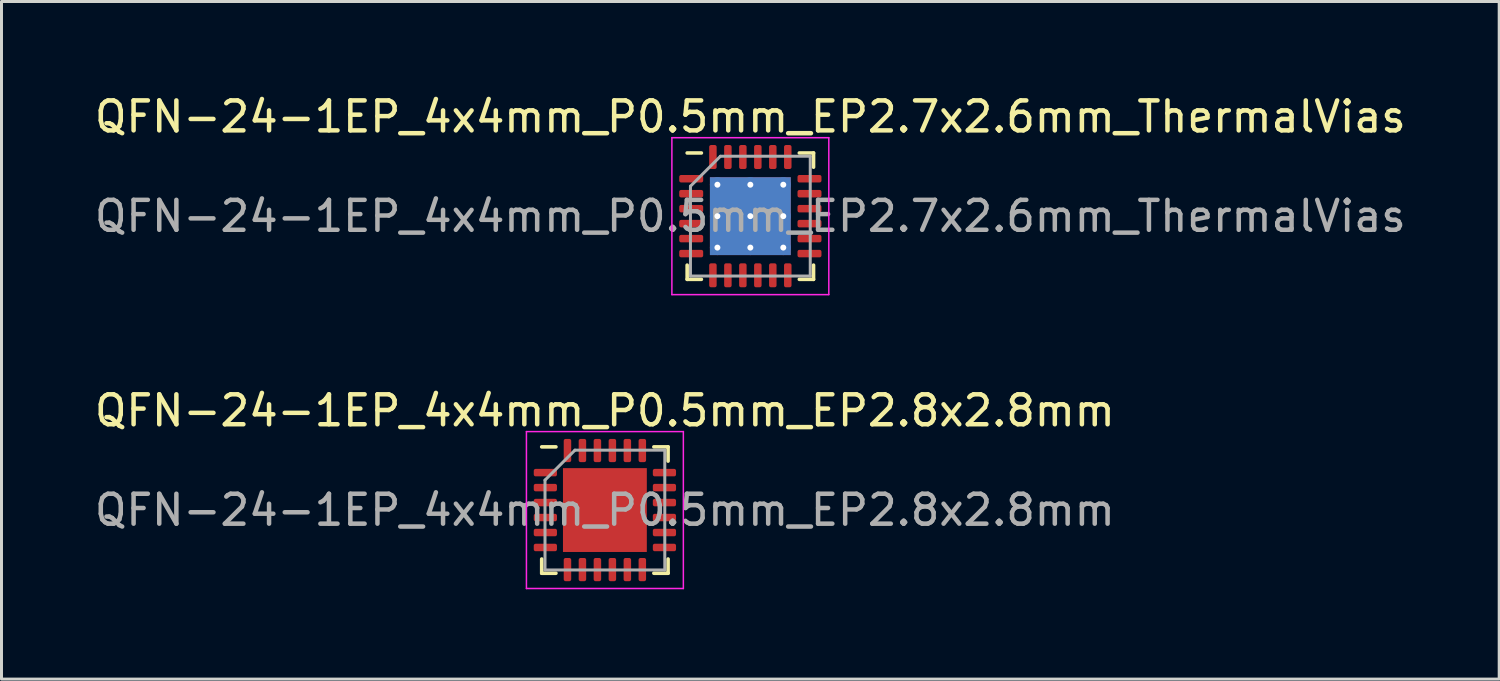
<source format=kicad_pcb>
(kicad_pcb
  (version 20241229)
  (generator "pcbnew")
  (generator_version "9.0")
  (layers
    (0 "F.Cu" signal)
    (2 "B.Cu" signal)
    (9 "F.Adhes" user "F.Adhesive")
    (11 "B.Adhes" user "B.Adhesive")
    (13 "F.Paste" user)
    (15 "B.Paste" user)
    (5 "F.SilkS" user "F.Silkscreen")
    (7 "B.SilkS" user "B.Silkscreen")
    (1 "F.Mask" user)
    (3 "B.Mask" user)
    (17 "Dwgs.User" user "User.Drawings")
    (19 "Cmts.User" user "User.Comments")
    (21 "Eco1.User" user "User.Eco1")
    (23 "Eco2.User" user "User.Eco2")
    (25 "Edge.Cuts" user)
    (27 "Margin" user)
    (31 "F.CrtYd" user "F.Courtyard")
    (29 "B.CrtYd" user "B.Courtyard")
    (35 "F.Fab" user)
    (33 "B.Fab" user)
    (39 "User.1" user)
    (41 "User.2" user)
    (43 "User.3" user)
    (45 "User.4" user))
  (footprint "QFN-24-1EP_4x4mm_P0.5mm_EP2.7x2.6mm_ThermalVias"
    (layer "F.Cu")
    (at 22.006 4.168)
    (property "Reference" "QFN-24-1EP_4x4mm_P0.5mm_EP2.7x2.6mm_ThermalVias" (at 0 -3.32 0) (layer "F.SilkS") (effects (font (size 1 1) (thickness 0.15))))
    (attr smd)
    (fp_line (start -2.11 2.11) (end -2.11 1.635) (stroke (width 0.12) (type solid)) (layer "F.SilkS"))
    (fp_line (start -1.635 -2.11) (end -2.11 -2.11) (stroke (width 0.12) (type solid)) (layer "F.SilkS"))
    (fp_line (start -1.635 2.11) (end -2.11 2.11) (stroke (width 0.12) (type solid)) (layer "F.SilkS"))
    (fp_line (start 1.635 -2.11) (end 2.11 -2.11) (stroke (width 0.12) (type solid)) (layer "F.SilkS"))
    (fp_line (start 1.635 2.11) (end 2.11 2.11) (stroke (width 0.12) (type solid)) (layer "F.SilkS"))
    (fp_line (start 2.11 -2.11) (end 2.11 -1.635) (stroke (width 0.12) (type solid)) (layer "F.SilkS"))
    (fp_line (start 2.11 2.11) (end 2.11 1.635) (stroke (width 0.12) (type solid)) (layer "F.SilkS"))
    (fp_line (start -2.62 -2.62) (end -2.62 2.62) (stroke (width 0.05) (type solid)) (layer "F.CrtYd"))
    (fp_line (start -2.62 2.62) (end 2.62 2.62) (stroke (width 0.05) (type solid)) (layer "F.CrtYd"))
    (fp_line (start 2.62 -2.62) (end -2.62 -2.62) (stroke (width 0.05) (type solid)) (layer "F.CrtYd"))
    (fp_line (start 2.62 2.62) (end 2.62 -2.62) (stroke (width 0.05) (type solid)) (layer "F.CrtYd"))
    (fp_line (start -2 -1) (end -1 -2) (stroke (width 0.1) (type solid)) (layer "F.Fab"))
    (fp_line (start -2 2) (end -2 -1) (stroke (width 0.1) (type solid)) (layer "F.Fab"))
    (fp_line (start -1 -2) (end 2 -2) (stroke (width 0.1) (type solid)) (layer "F.Fab"))
    (fp_line (start 2 -2) (end 2 2) (stroke (width 0.1) (type solid)) (layer "F.Fab"))
    (fp_line (start 2 2) (end -2 2) (stroke (width 0.1) (type solid)) (layer "F.Fab"))
    (fp_text user "${REFERENCE}" (at 0 0 0) (layer "F.Fab") (effects (font (size 1 1) (thickness 0.15))))
    (pad "" smd roundrect (at -0.675 -0.65) (size 1.17 1.13) (layers "F.Paste") (roundrect_rratio 0.221))
    (pad "" smd roundrect (at -0.675 0.65) (size 1.17 1.13) (layers "F.Paste") (roundrect_rratio 0.221))
    (pad "" smd roundrect (at 0.675 -0.65) (size 1.17 1.13) (layers "F.Paste") (roundrect_rratio 0.221))
    (pad "" smd roundrect (at 0.675 0.65) (size 1.17 1.13) (layers "F.Paste") (roundrect_rratio 0.221))
    (pad "1" smd roundrect (at -1.975 -1.25) (size 0.8 0.25) (layers "F.Cu" "F.Mask" "F.Paste") (roundrect_rratio 0.25))
    (pad "2" smd roundrect (at -1.975 -0.75) (size 0.8 0.25) (layers "F.Cu" "F.Mask" "F.Paste") (roundrect_rratio 0.25))
    (pad "3" smd roundrect (at -1.975 -0.25) (size 0.8 0.25) (layers "F.Cu" "F.Mask" "F.Paste") (roundrect_rratio 0.25))
    (pad "4" smd roundrect (at -1.975 0.25) (size 0.8 0.25) (layers "F.Cu" "F.Mask" "F.Paste") (roundrect_rratio 0.25))
    (pad "5" smd roundrect (at -1.975 0.75) (size 0.8 0.25) (layers "F.Cu" "F.Mask" "F.Paste") (roundrect_rratio 0.25))
    (pad "6" smd roundrect (at -1.975 1.25) (size 0.8 0.25) (layers "F.Cu" "F.Mask" "F.Paste") (roundrect_rratio 0.25))
    (pad "7" smd roundrect (at -1.25 1.975) (size 0.25 0.8) (layers "F.Cu" "F.Mask" "F.Paste") (roundrect_rratio 0.25))
    (pad "8" smd roundrect (at -0.75 1.975) (size 0.25 0.8) (layers "F.Cu" "F.Mask" "F.Paste") (roundrect_rratio 0.25))
    (pad "9" smd roundrect (at -0.25 1.975) (size 0.25 0.8) (layers "F.Cu" "F.Mask" "F.Paste") (roundrect_rratio 0.25))
    (pad "10" smd roundrect (at 0.25 1.975) (size 0.25 0.8) (layers "F.Cu" "F.Mask" "F.Paste") (roundrect_rratio 0.25))
    (pad "11" smd roundrect (at 0.75 1.975) (size 0.25 0.8) (layers "F.Cu" "F.Mask" "F.Paste") (roundrect_rratio 0.25))
    (pad "12" smd roundrect (at 1.25 1.975) (size 0.25 0.8) (layers "F.Cu" "F.Mask" "F.Paste") (roundrect_rratio 0.25))
    (pad "13" smd roundrect (at 1.975 1.25) (size 0.8 0.25) (layers "F.Cu" "F.Mask" "F.Paste") (roundrect_rratio 0.25))
    (pad "14" smd roundrect (at 1.975 0.75) (size 0.8 0.25) (layers "F.Cu" "F.Mask" "F.Paste") (roundrect_rratio 0.25))
    (pad "15" smd roundrect (at 1.975 0.25) (size 0.8 0.25) (layers "F.Cu" "F.Mask" "F.Paste") (roundrect_rratio 0.25))
    (pad "16" smd roundrect (at 1.975 -0.25) (size 0.8 0.25) (layers "F.Cu" "F.Mask" "F.Paste") (roundrect_rratio 0.25))
    (pad "17" smd roundrect (at 1.975 -0.75) (size 0.8 0.25) (layers "F.Cu" "F.Mask" "F.Paste") (roundrect_rratio 0.25))
    (pad "18" smd roundrect (at 1.975 -1.25) (size 0.8 0.25) (layers "F.Cu" "F.Mask" "F.Paste") (roundrect_rratio 0.25))
    (pad "19" smd roundrect (at 1.25 -1.975) (size 0.25 0.8) (layers "F.Cu" "F.Mask" "F.Paste") (roundrect_rratio 0.25))
    (pad "20" smd roundrect (at 0.75 -1.975) (size 0.25 0.8) (layers "F.Cu" "F.Mask" "F.Paste") (roundrect_rratio 0.25))
    (pad "21" smd roundrect (at 0.25 -1.975) (size 0.25 0.8) (layers "F.Cu" "F.Mask" "F.Paste") (roundrect_rratio 0.25))
    (pad "22" smd roundrect (at -0.25 -1.975) (size 0.25 0.8) (layers "F.Cu" "F.Mask" "F.Paste") (roundrect_rratio 0.25))
    (pad "23" smd roundrect (at -0.75 -1.975) (size 0.25 0.8) (layers "F.Cu" "F.Mask" "F.Paste") (roundrect_rratio 0.25))
    (pad "24" smd roundrect (at -1.25 -1.975) (size 0.25 0.8) (layers "F.Cu" "F.Mask" "F.Paste") (roundrect_rratio 0.25))
    (pad "25" thru_hole circle (at -1.1 -1.05) (size 0.5 0.5) (drill 0.2) (layers "*.Cu"))
    (pad "25" thru_hole circle (at -1.1 0) (size 0.5 0.5) (drill 0.2) (layers "*.Cu"))
    (pad "25" thru_hole circle (at -1.1 1.05) (size 0.5 0.5) (drill 0.2) (layers "*.Cu"))
    (pad "25" thru_hole circle (at 0 -1.05) (size 0.5 0.5) (drill 0.2) (layers "*.Cu"))
    (pad "25" thru_hole circle (at 0 0) (size 0.5 0.5) (drill 0.2) (layers "*.Cu"))
    (pad "25" smd rect (at 0 0) (size 2.7 2.6) (layers "F.Cu" "F.Mask"))
    (pad "25" smd rect (at 0 0) (size 2.7 2.6) (layers "B.Cu"))
    (pad "25" thru_hole circle (at 0 1.05) (size 0.5 0.5) (drill 0.2) (layers "*.Cu"))
    (pad "25" thru_hole circle (at 1.1 -1.05) (size 0.5 0.5) (drill 0.2) (layers "*.Cu"))
    (pad "25" thru_hole circle (at 1.1 0) (size 0.5 0.5) (drill 0.2) (layers "*.Cu"))
    (pad "25" thru_hole circle (at 1.1 1.05) (size 0.5 0.5) (drill 0.2) (layers "*.Cu")))
  (footprint "QFN-24-1EP_4x4mm_P0.5mm_EP2.8x2.8mm"
    (layer "F.Cu")
    (at 17.149 13.982)
    (property "Reference" "QFN-24-1EP_4x4mm_P0.5mm_EP2.8x2.8mm" (at 0 -3.32 0) (layer "F.SilkS") (effects (font (size 1 1) (thickness 0.15))))
    (attr smd)
    (fp_line (start -2.11 2.11) (end -2.11 1.635) (stroke (width 0.12) (type solid)) (layer "F.SilkS"))
    (fp_line (start -1.635 -2.11) (end -2.11 -2.11) (stroke (width 0.12) (type solid)) (layer "F.SilkS"))
    (fp_line (start -1.635 2.11) (end -2.11 2.11) (stroke (width 0.12) (type solid)) (layer "F.SilkS"))
    (fp_line (start 1.635 -2.11) (end 2.11 -2.11) (stroke (width 0.12) (type solid)) (layer "F.SilkS"))
    (fp_line (start 1.635 2.11) (end 2.11 2.11) (stroke (width 0.12) (type solid)) (layer "F.SilkS"))
    (fp_line (start 2.11 -2.11) (end 2.11 -1.635) (stroke (width 0.12) (type solid)) (layer "F.SilkS"))
    (fp_line (start 2.11 2.11) (end 2.11 1.635) (stroke (width 0.12) (type solid)) (layer "F.SilkS"))
    (fp_line (start -2.62 -2.62) (end -2.62 2.62) (stroke (width 0.05) (type solid)) (layer "F.CrtYd"))
    (fp_line (start -2.62 2.62) (end 2.62 2.62) (stroke (width 0.05) (type solid)) (layer "F.CrtYd"))
    (fp_line (start 2.62 -2.62) (end -2.62 -2.62) (stroke (width 0.05) (type solid)) (layer "F.CrtYd"))
    (fp_line (start 2.62 2.62) (end 2.62 -2.62) (stroke (width 0.05) (type solid)) (layer "F.CrtYd"))
    (fp_line (start -2 -1) (end -1 -2) (stroke (width 0.1) (type solid)) (layer "F.Fab"))
    (fp_line (start -2 2) (end -2 -1) (stroke (width 0.1) (type solid)) (layer "F.Fab"))
    (fp_line (start -1 -2) (end 2 -2) (stroke (width 0.1) (type solid)) (layer "F.Fab"))
    (fp_line (start 2 -2) (end 2 2) (stroke (width 0.1) (type solid)) (layer "F.Fab"))
    (fp_line (start 2 2) (end -2 2) (stroke (width 0.1) (type solid)) (layer "F.Fab"))
    (fp_text user "${REFERENCE}" (at 0 0 0) (layer "F.Fab") (effects (font (size 1 1) (thickness 0.15))))
    (pad "" smd roundrect (at -0.7 -0.7) (size 1.13 1.13) (layers "F.Paste") (roundrect_rratio 0.221))
    (pad "" smd roundrect (at -0.7 0.7) (size 1.13 1.13) (layers "F.Paste") (roundrect_rratio 0.221))
    (pad "" smd roundrect (at 0.7 -0.7) (size 1.13 1.13) (layers "F.Paste") (roundrect_rratio 0.221))
    (pad "" smd roundrect (at 0.7 0.7) (size 1.13 1.13) (layers "F.Paste") (roundrect_rratio 0.221))
    (pad "1" smd roundrect (at -1.988 -1.25) (size 0.775 0.25) (layers "F.Cu" "F.Mask" "F.Paste") (roundrect_rratio 0.25))
    (pad "2" smd roundrect (at -1.988 -0.75) (size 0.775 0.25) (layers "F.Cu" "F.Mask" "F.Paste") (roundrect_rratio 0.25))
    (pad "3" smd roundrect (at -1.988 -0.25) (size 0.775 0.25) (layers "F.Cu" "F.Mask" "F.Paste") (roundrect_rratio 0.25))
    (pad "4" smd roundrect (at -1.988 0.25) (size 0.775 0.25) (layers "F.Cu" "F.Mask" "F.Paste") (roundrect_rratio 0.25))
    (pad "5" smd roundrect (at -1.988 0.75) (size 0.775 0.25) (layers "F.Cu" "F.Mask" "F.Paste") (roundrect_rratio 0.25))
    (pad "6" smd roundrect (at -1.988 1.25) (size 0.775 0.25) (layers "F.Cu" "F.Mask" "F.Paste") (roundrect_rratio 0.25))
    (pad "7" smd roundrect (at -1.25 1.988) (size 0.25 0.775) (layers "F.Cu" "F.Mask" "F.Paste") (roundrect_rratio 0.25))
    (pad "8" smd roundrect (at -0.75 1.988) (size 0.25 0.775) (layers "F.Cu" "F.Mask" "F.Paste") (roundrect_rratio 0.25))
    (pad "9" smd roundrect (at -0.25 1.988) (size 0.25 0.775) (layers "F.Cu" "F.Mask" "F.Paste") (roundrect_rratio 0.25))
    (pad "10" smd roundrect (at 0.25 1.988) (size 0.25 0.775) (layers "F.Cu" "F.Mask" "F.Paste") (roundrect_rratio 0.25))
    (pad "11" smd roundrect (at 0.75 1.988) (size 0.25 0.775) (layers "F.Cu" "F.Mask" "F.Paste") (roundrect_rratio 0.25))
    (pad "12" smd roundrect (at 1.25 1.988) (size 0.25 0.775) (layers "F.Cu" "F.Mask" "F.Paste") (roundrect_rratio 0.25))
    (pad "13" smd roundrect (at 1.988 1.25) (size 0.775 0.25) (layers "F.Cu" "F.Mask" "F.Paste") (roundrect_rratio 0.25))
    (pad "14" smd roundrect (at 1.988 0.75) (size 0.775 0.25) (layers "F.Cu" "F.Mask" "F.Paste") (roundrect_rratio 0.25))
    (pad "15" smd roundrect (at 1.988 0.25) (size 0.775 0.25) (layers "F.Cu" "F.Mask" "F.Paste") (roundrect_rratio 0.25))
    (pad "16" smd roundrect (at 1.988 -0.25) (size 0.775 0.25) (layers "F.Cu" "F.Mask" "F.Paste") (roundrect_rratio 0.25))
    (pad "17" smd roundrect (at 1.988 -0.75) (size 0.775 0.25) (layers "F.Cu" "F.Mask" "F.Paste") (roundrect_rratio 0.25))
    (pad "18" smd roundrect (at 1.988 -1.25) (size 0.775 0.25) (layers "F.Cu" "F.Mask" "F.Paste") (roundrect_rratio 0.25))
    (pad "19" smd roundrect (at 1.25 -1.988) (size 0.25 0.775) (layers "F.Cu" "F.Mask" "F.Paste") (roundrect_rratio 0.25))
    (pad "20" smd roundrect (at 0.75 -1.988) (size 0.25 0.775) (layers "F.Cu" "F.Mask" "F.Paste") (roundrect_rratio 0.25))
    (pad "21" smd roundrect (at 0.25 -1.988) (size 0.25 0.775) (layers "F.Cu" "F.Mask" "F.Paste") (roundrect_rratio 0.25))
    (pad "22" smd roundrect (at -0.25 -1.988) (size 0.25 0.775) (layers "F.Cu" "F.Mask" "F.Paste") (roundrect_rratio 0.25))
    (pad "23" smd roundrect (at -0.75 -1.988) (size 0.25 0.775) (layers "F.Cu" "F.Mask" "F.Paste") (roundrect_rratio 0.25))
    (pad "24" smd roundrect (at -1.25 -1.988) (size 0.25 0.775) (layers "F.Cu" "F.Mask" "F.Paste") (roundrect_rratio 0.25))
    (pad "25" smd rect (at 0 0) (size 2.8 2.8) (layers "F.Cu" "F.Mask")))
  (gr_rect
    (start -3 -3)
    (end 47.012 19.627)
    (stroke (width 0.1) (type default))
    (fill no)
    (layer "Edge.Cuts")))
</source>
